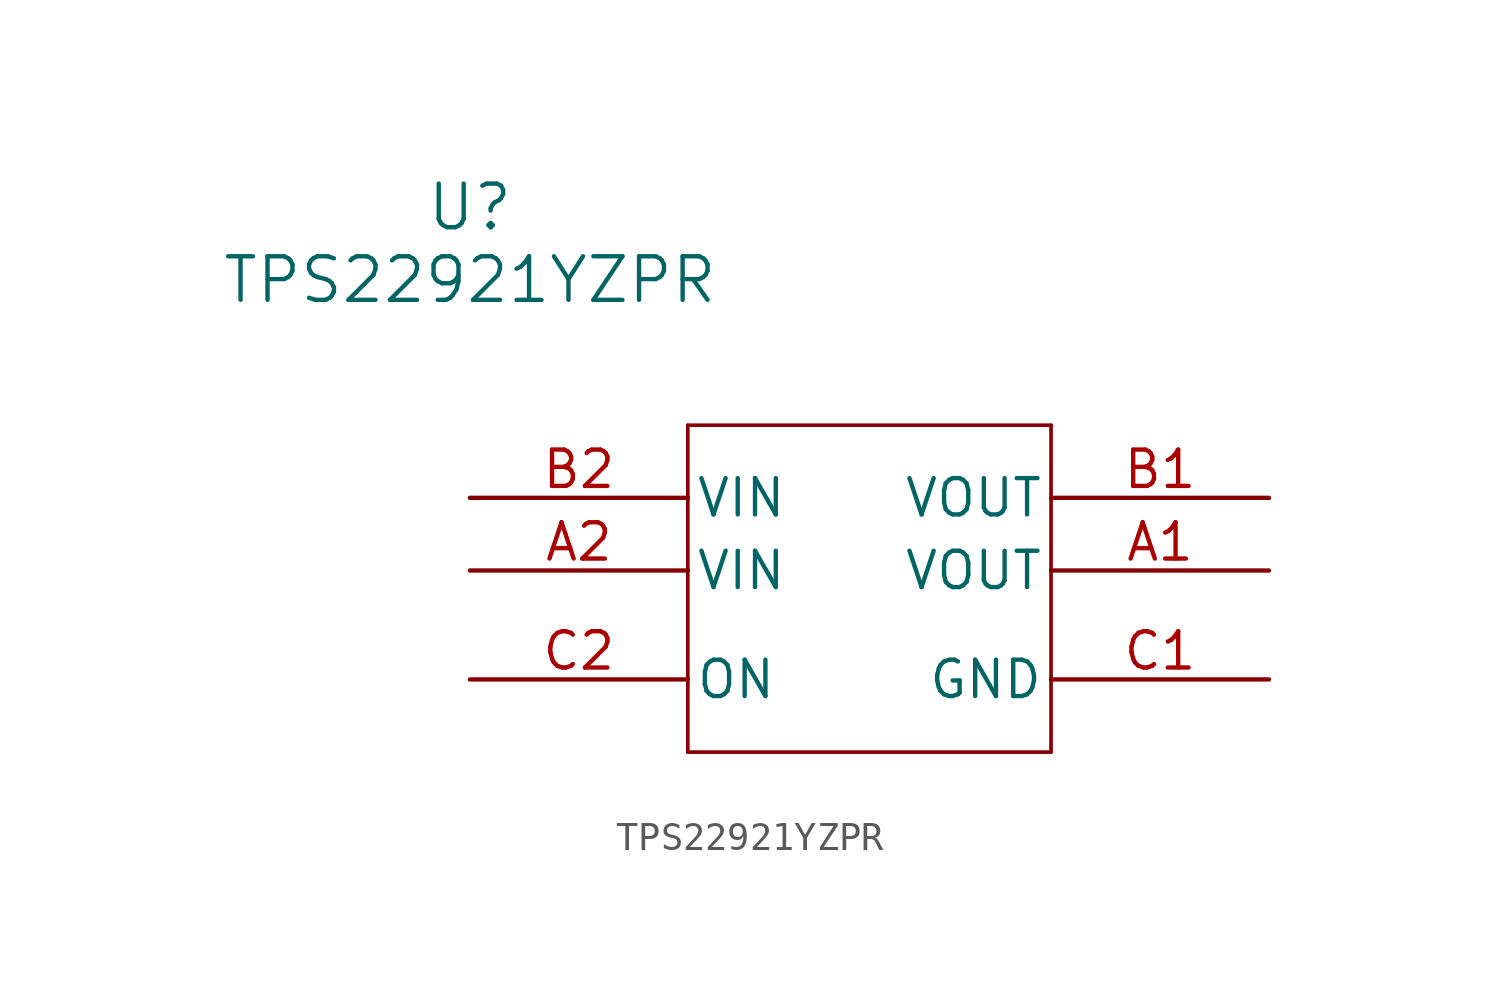
<source format=kicad_sym>
(kicad_symbol_lib
  (version 20231120)
  (generator "kicad_symbol_editor")
  (generator_version "8.0")
  (symbol "TPS22921YZPR"
    (pin_names
      (offset 0.254))
    (property "Reference" "U"
      (at 27.94 10.16 0)
      (effects (font (size 1.524 1.524))))
    (property "Value" "TPS22921YZPR"
      (at 27.94 7.62 0)
      (effects (font (size 1.524 1.524))))
    (property "ki_locked" ""
      (at 0 0 0)
      (effects (font (size 1.27 1.27))))
    (symbol "TPS22921YZPR_0_1"
      (polyline (pts (xy 35.56 -8.89) (xy 48.26 -8.89)) (stroke (width 0.127) (type default)) (fill (type none)))
      (polyline (pts (xy 35.56 2.54) (xy 35.56 -8.89)) (stroke (width 0.127) (type default)) (fill (type none)))
      (polyline (pts (xy 48.26 -8.89) (xy 48.26 2.54)) (stroke (width 0.127) (type default)) (fill (type none)))
      (polyline (pts (xy 48.26 2.54) (xy 35.56 2.54)) (stroke (width 0.127) (type default)) (fill (type none)))
      (pin output line (at 55.88 -2.54 180) (length 7.62) (name "VOUT" (effects (font (size 1.27 1.27)))) (number "A1" (effects (font (size 1.27 1.27)))))
      (pin input line (at 27.94 -2.54 0) (length 7.62) (name "VIN" (effects (font (size 1.27 1.27)))) (number "A2" (effects (font (size 1.27 1.27)))))
      (pin output line (at 55.88 0 180) (length 7.62) (name "VOUT" (effects (font (size 1.27 1.27)))) (number "B1" (effects (font (size 1.27 1.27)))))
      (pin input line (at 27.94 0 0) (length 7.62) (name "VIN" (effects (font (size 1.27 1.27)))) (number "B2" (effects (font (size 1.27 1.27)))))
      (pin power_in line (at 55.88 -6.35 180) (length 7.62) (name "GND" (effects (font (size 1.27 1.27)))) (number "C1" (effects (font (size 1.27 1.27)))))
      (pin input line (at 27.94 -6.35 0) (length 7.62) (name "ON" (effects (font (size 1.27 1.27)))) (number "C2" (effects (font (size 1.27 1.27))))))))
</source>
